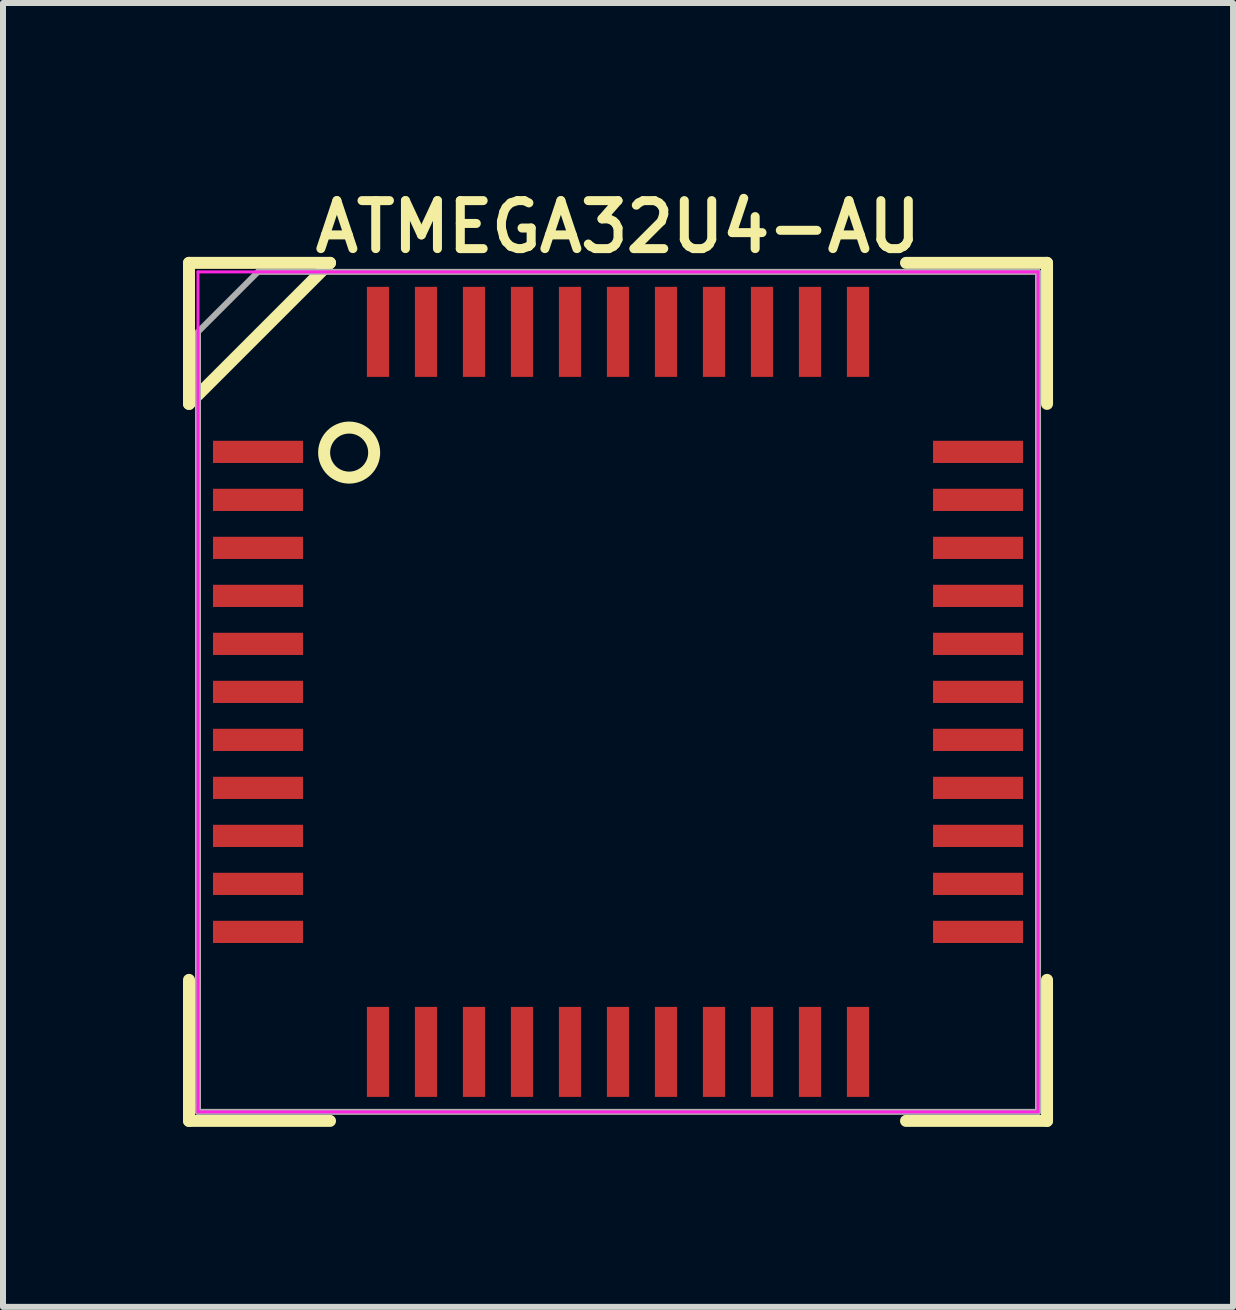
<source format=kicad_pcb>
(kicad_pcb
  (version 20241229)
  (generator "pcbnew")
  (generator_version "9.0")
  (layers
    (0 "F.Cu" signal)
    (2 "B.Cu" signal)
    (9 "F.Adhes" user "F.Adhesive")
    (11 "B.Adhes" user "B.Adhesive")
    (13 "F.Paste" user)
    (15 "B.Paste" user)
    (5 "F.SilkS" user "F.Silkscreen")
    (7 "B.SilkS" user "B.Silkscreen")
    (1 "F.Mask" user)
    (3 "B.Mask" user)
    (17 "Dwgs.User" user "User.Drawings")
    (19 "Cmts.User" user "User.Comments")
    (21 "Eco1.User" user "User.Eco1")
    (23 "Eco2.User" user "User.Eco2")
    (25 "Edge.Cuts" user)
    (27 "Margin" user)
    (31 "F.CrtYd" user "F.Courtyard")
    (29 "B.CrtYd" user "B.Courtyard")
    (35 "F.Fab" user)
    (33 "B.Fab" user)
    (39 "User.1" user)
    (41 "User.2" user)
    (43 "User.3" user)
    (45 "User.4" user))
  (footprint "ATMEGA32U4-AU"
    (layer "F.Cu")
    (at 7.25 8.481)
    (property "Reference" "ATMEGA32U4-AU" (at 0 -7.75 0) (layer "F.SilkS") (effects (font (size 0.8 0.8) (thickness 0.15))))
    (attr smd)
    (fp_line (start -7.15 -7.15) (end -7.15 -4.8) (stroke (width 0.2) (type solid)) (layer "F.SilkS"))
    (fp_line (start -7.15 -4.8) (end -4.8 -7.15) (stroke (width 0.2) (type solid)) (layer "F.SilkS"))
    (fp_line (start -7.15 7.15) (end -7.15 4.8) (stroke (width 0.2) (type solid)) (layer "F.SilkS"))
    (fp_line (start -4.8 -7.15) (end -7.15 -7.15) (stroke (width 0.2) (type solid)) (layer "F.SilkS"))
    (fp_line (start -4.8 7.15) (end -7.15 7.15) (stroke (width 0.2) (type solid)) (layer "F.SilkS"))
    (fp_line (start 4.8 -7.15) (end 7.15 -7.15) (stroke (width 0.2) (type solid)) (layer "F.SilkS"))
    (fp_line (start 4.8 7.15) (end 7.15 7.15) (stroke (width 0.2) (type solid)) (layer "F.SilkS"))
    (fp_line (start 7.15 -7.15) (end 7.15 -4.8) (stroke (width 0.2) (type solid)) (layer "F.SilkS"))
    (fp_line (start 7.15 7.15) (end 7.15 4.8) (stroke (width 0.2) (type solid)) (layer "F.SilkS"))
    (fp_circle (center -4.481 -3.988) (end -4.064 -3.988) (stroke (width 0.2) (type solid)) (fill no) (layer "F.SilkS"))
    (fp_line (start -7 -7) (end 7 -7) (stroke (width 0.05) (type solid)) (layer "F.CrtYd"))
    (fp_line (start -7 7) (end -7 -7) (stroke (width 0.05) (type solid)) (layer "F.CrtYd"))
    (fp_line (start 7 -7) (end 7 7) (stroke (width 0.05) (type solid)) (layer "F.CrtYd"))
    (fp_line (start 7 7) (end -7 7) (stroke (width 0.05) (type solid)) (layer "F.CrtYd"))
    (fp_line (start -7 -6) (end -7 7) (stroke (width 0.1) (type solid)) (layer "F.Fab"))
    (fp_line (start -7 7) (end 7 7) (stroke (width 0.1) (type solid)) (layer "F.Fab"))
    (fp_line (start -6 -7) (end -7 -6) (stroke (width 0.1) (type solid)) (layer "F.Fab"))
    (fp_line (start 7 -7) (end -6 -7) (stroke (width 0.1) (type solid)) (layer "F.Fab"))
    (fp_line (start 7 7) (end 7 -7) (stroke (width 0.1) (type solid)) (layer "F.Fab"))
    (pad "1" smd rect (at -6 -4 90) (size 0.37 1.5) (layers "F.Cu" "F.Mask" "F.Paste"))
    (pad "2" smd rect (at -6 -3.2 90) (size 0.37 1.5) (layers "F.Cu" "F.Mask" "F.Paste"))
    (pad "3" smd rect (at -6 -2.4 90) (size 0.37 1.5) (layers "F.Cu" "F.Mask" "F.Paste"))
    (pad "4" smd rect (at -6 -1.6 90) (size 0.37 1.5) (layers "F.Cu" "F.Mask" "F.Paste"))
    (pad "5" smd rect (at -6 -0.8 90) (size 0.37 1.5) (layers "F.Cu" "F.Mask" "F.Paste"))
    (pad "6" smd rect (at -6 0 90) (size 0.37 1.5) (layers "F.Cu" "F.Mask" "F.Paste"))
    (pad "7" smd rect (at -6 0.8 90) (size 0.37 1.5) (layers "F.Cu" "F.Mask" "F.Paste"))
    (pad "8" smd rect (at -6 1.6 90) (size 0.37 1.5) (layers "F.Cu" "F.Mask" "F.Paste"))
    (pad "9" smd rect (at -6 2.4 90) (size 0.37 1.5) (layers "F.Cu" "F.Mask" "F.Paste"))
    (pad "10" smd rect (at -6 3.2 90) (size 0.37 1.5) (layers "F.Cu" "F.Mask" "F.Paste"))
    (pad "11" smd rect (at -6 4 90) (size 0.37 1.5) (layers "F.Cu" "F.Mask" "F.Paste"))
    (pad "12" smd rect (at -4 6) (size 0.37 1.5) (layers "F.Cu" "F.Mask" "F.Paste"))
    (pad "13" smd rect (at -3.2 6) (size 0.37 1.5) (layers "F.Cu" "F.Mask" "F.Paste"))
    (pad "14" smd rect (at -2.4 6) (size 0.37 1.5) (layers "F.Cu" "F.Mask" "F.Paste"))
    (pad "15" smd rect (at -1.6 6) (size 0.37 1.5) (layers "F.Cu" "F.Mask" "F.Paste"))
    (pad "16" smd rect (at -0.8 6) (size 0.37 1.5) (layers "F.Cu" "F.Mask" "F.Paste"))
    (pad "17" smd rect (at 0 6) (size 0.37 1.5) (layers "F.Cu" "F.Mask" "F.Paste"))
    (pad "18" smd rect (at 0.8 6) (size 0.37 1.5) (layers "F.Cu" "F.Mask" "F.Paste"))
    (pad "19" smd rect (at 1.6 6) (size 0.37 1.5) (layers "F.Cu" "F.Mask" "F.Paste"))
    (pad "20" smd rect (at 2.4 6) (size 0.37 1.5) (layers "F.Cu" "F.Mask" "F.Paste"))
    (pad "21" smd rect (at 3.2 6) (size 0.37 1.5) (layers "F.Cu" "F.Mask" "F.Paste"))
    (pad "22" smd rect (at 4 6) (size 0.37 1.5) (layers "F.Cu" "F.Mask" "F.Paste"))
    (pad "23" smd rect (at 6 4 90) (size 0.37 1.5) (layers "F.Cu" "F.Mask" "F.Paste"))
    (pad "24" smd rect (at 6 3.2 90) (size 0.37 1.5) (layers "F.Cu" "F.Mask" "F.Paste"))
    (pad "25" smd rect (at 6 2.4 90) (size 0.37 1.5) (layers "F.Cu" "F.Mask" "F.Paste"))
    (pad "26" smd rect (at 6 1.6 90) (size 0.37 1.5) (layers "F.Cu" "F.Mask" "F.Paste"))
    (pad "27" smd rect (at 6 0.8 90) (size 0.37 1.5) (layers "F.Cu" "F.Mask" "F.Paste"))
    (pad "28" smd rect (at 6 0 90) (size 0.37 1.5) (layers "F.Cu" "F.Mask" "F.Paste"))
    (pad "29" smd rect (at 6 -0.8 90) (size 0.37 1.5) (layers "F.Cu" "F.Mask" "F.Paste"))
    (pad "30" smd rect (at 6 -1.6 90) (size 0.37 1.5) (layers "F.Cu" "F.Mask" "F.Paste"))
    (pad "31" smd rect (at 6 -2.4 90) (size 0.37 1.5) (layers "F.Cu" "F.Mask" "F.Paste"))
    (pad "32" smd rect (at 6 -3.2 90) (size 0.37 1.5) (layers "F.Cu" "F.Mask" "F.Paste"))
    (pad "33" smd rect (at 6 -4 90) (size 0.37 1.5) (layers "F.Cu" "F.Mask" "F.Paste"))
    (pad "34" smd rect (at 4 -6) (size 0.37 1.5) (layers "F.Cu" "F.Mask" "F.Paste"))
    (pad "35" smd rect (at 3.2 -6) (size 0.37 1.5) (layers "F.Cu" "F.Mask" "F.Paste"))
    (pad "36" smd rect (at 2.4 -6) (size 0.37 1.5) (layers "F.Cu" "F.Mask" "F.Paste"))
    (pad "37" smd rect (at 1.6 -6) (size 0.37 1.5) (layers "F.Cu" "F.Mask" "F.Paste"))
    (pad "38" smd rect (at 0.8 -6) (size 0.37 1.5) (layers "F.Cu" "F.Mask" "F.Paste"))
    (pad "39" smd rect (at 0 -6) (size 0.37 1.5) (layers "F.Cu" "F.Mask" "F.Paste"))
    (pad "40" smd rect (at -0.8 -6) (size 0.37 1.5) (layers "F.Cu" "F.Mask" "F.Paste"))
    (pad "41" smd rect (at -1.6 -6) (size 0.37 1.5) (layers "F.Cu" "F.Mask" "F.Paste"))
    (pad "42" smd rect (at -2.4 -6) (size 0.37 1.5) (layers "F.Cu" "F.Mask" "F.Paste"))
    (pad "43" smd rect (at -3.2 -6) (size 0.37 1.5) (layers "F.Cu" "F.Mask" "F.Paste"))
    (pad "44" smd rect (at -4 -6) (size 0.37 1.5) (layers "F.Cu" "F.Mask" "F.Paste")))
  (gr_rect
    (start -3 -3)
    (end 17.5 18.731)
    (stroke (width 0.1) (type default))
    (fill no)
    (layer "Edge.Cuts")))
</source>
